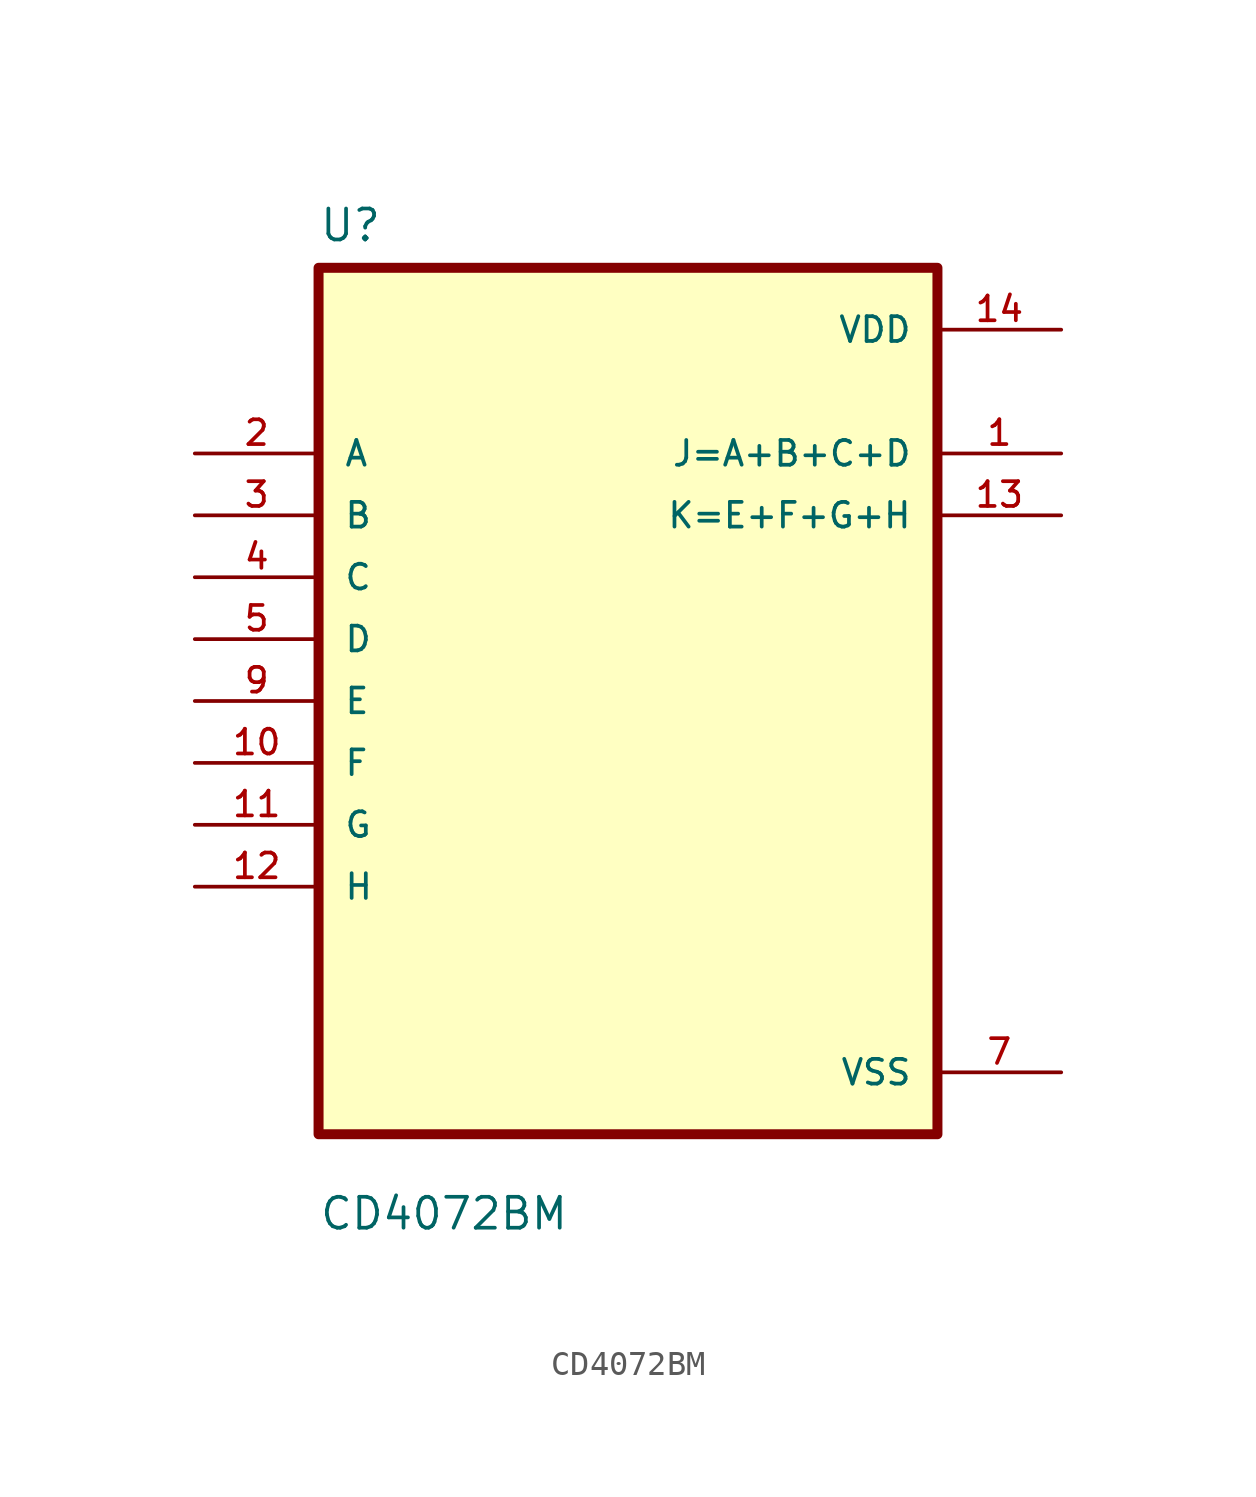
<source format=kicad_sym>
(kicad_symbol_lib
  (version 20211014)
  (generator kicad_symbol_editor)
  (symbol "CD4072BM"
    (pin_names
      (offset 1.016))
    (property "Reference" "U"
      (at -12.7 18.78 0.0)
      (effects (font (size 1.27 1.27)) (justify bottom left)))
    (property "Value" "CD4072BM"
      (at -12.7 -21.78 0.0)
      (effects (font (size 1.27 1.27)) (justify bottom left)))
    (symbol "CD4072BM_0_0"
      (rectangle (start -12.7 -17.78) (end 12.7 17.78) (stroke (width 0.41)) (fill (type background)))
      (pin input line (at -17.78 10.16 0) (length 5.08) (name "A" (effects (font (size 1.016 1.016)))) (number "2" (effects (font (size 1.016 1.016)))))
      (pin input line (at -17.78 7.62 0) (length 5.08) (name "B" (effects (font (size 1.016 1.016)))) (number "3" (effects (font (size 1.016 1.016)))))
      (pin input line (at -17.78 5.08 0) (length 5.08) (name "C" (effects (font (size 1.016 1.016)))) (number "4" (effects (font (size 1.016 1.016)))))
      (pin input line (at -17.78 2.54 0) (length 5.08) (name "D" (effects (font (size 1.016 1.016)))) (number "5" (effects (font (size 1.016 1.016)))))
      (pin input line (at -17.78 0.0 0) (length 5.08) (name "E" (effects (font (size 1.016 1.016)))) (number "9" (effects (font (size 1.016 1.016)))))
      (pin input line (at -17.78 -2.54 0) (length 5.08) (name "F" (effects (font (size 1.016 1.016)))) (number "10" (effects (font (size 1.016 1.016)))))
      (pin input line (at -17.78 -5.08 0) (length 5.08) (name "G" (effects (font (size 1.016 1.016)))) (number "11" (effects (font (size 1.016 1.016)))))
      (pin input line (at -17.78 -7.62 0) (length 5.08) (name "H" (effects (font (size 1.016 1.016)))) (number "12" (effects (font (size 1.016 1.016)))))
      (pin power_in line (at 17.78 15.24 180.0) (length 5.08) (name "VDD" (effects (font (size 1.016 1.016)))) (number "14" (effects (font (size 1.016 1.016)))))
      (pin output line (at 17.78 10.16 180.0) (length 5.08) (name "J=A+B+C+D" (effects (font (size 1.016 1.016)))) (number "1" (effects (font (size 1.016 1.016)))))
      (pin output line (at 17.78 7.62 180.0) (length 5.08) (name "K=E+F+G+H" (effects (font (size 1.016 1.016)))) (number "13" (effects (font (size 1.016 1.016)))))
      (pin power_in line (at 17.78 -15.24 180.0) (length 5.08) (name "VSS" (effects (font (size 1.016 1.016)))) (number "7" (effects (font (size 1.016 1.016))))))))
</source>
